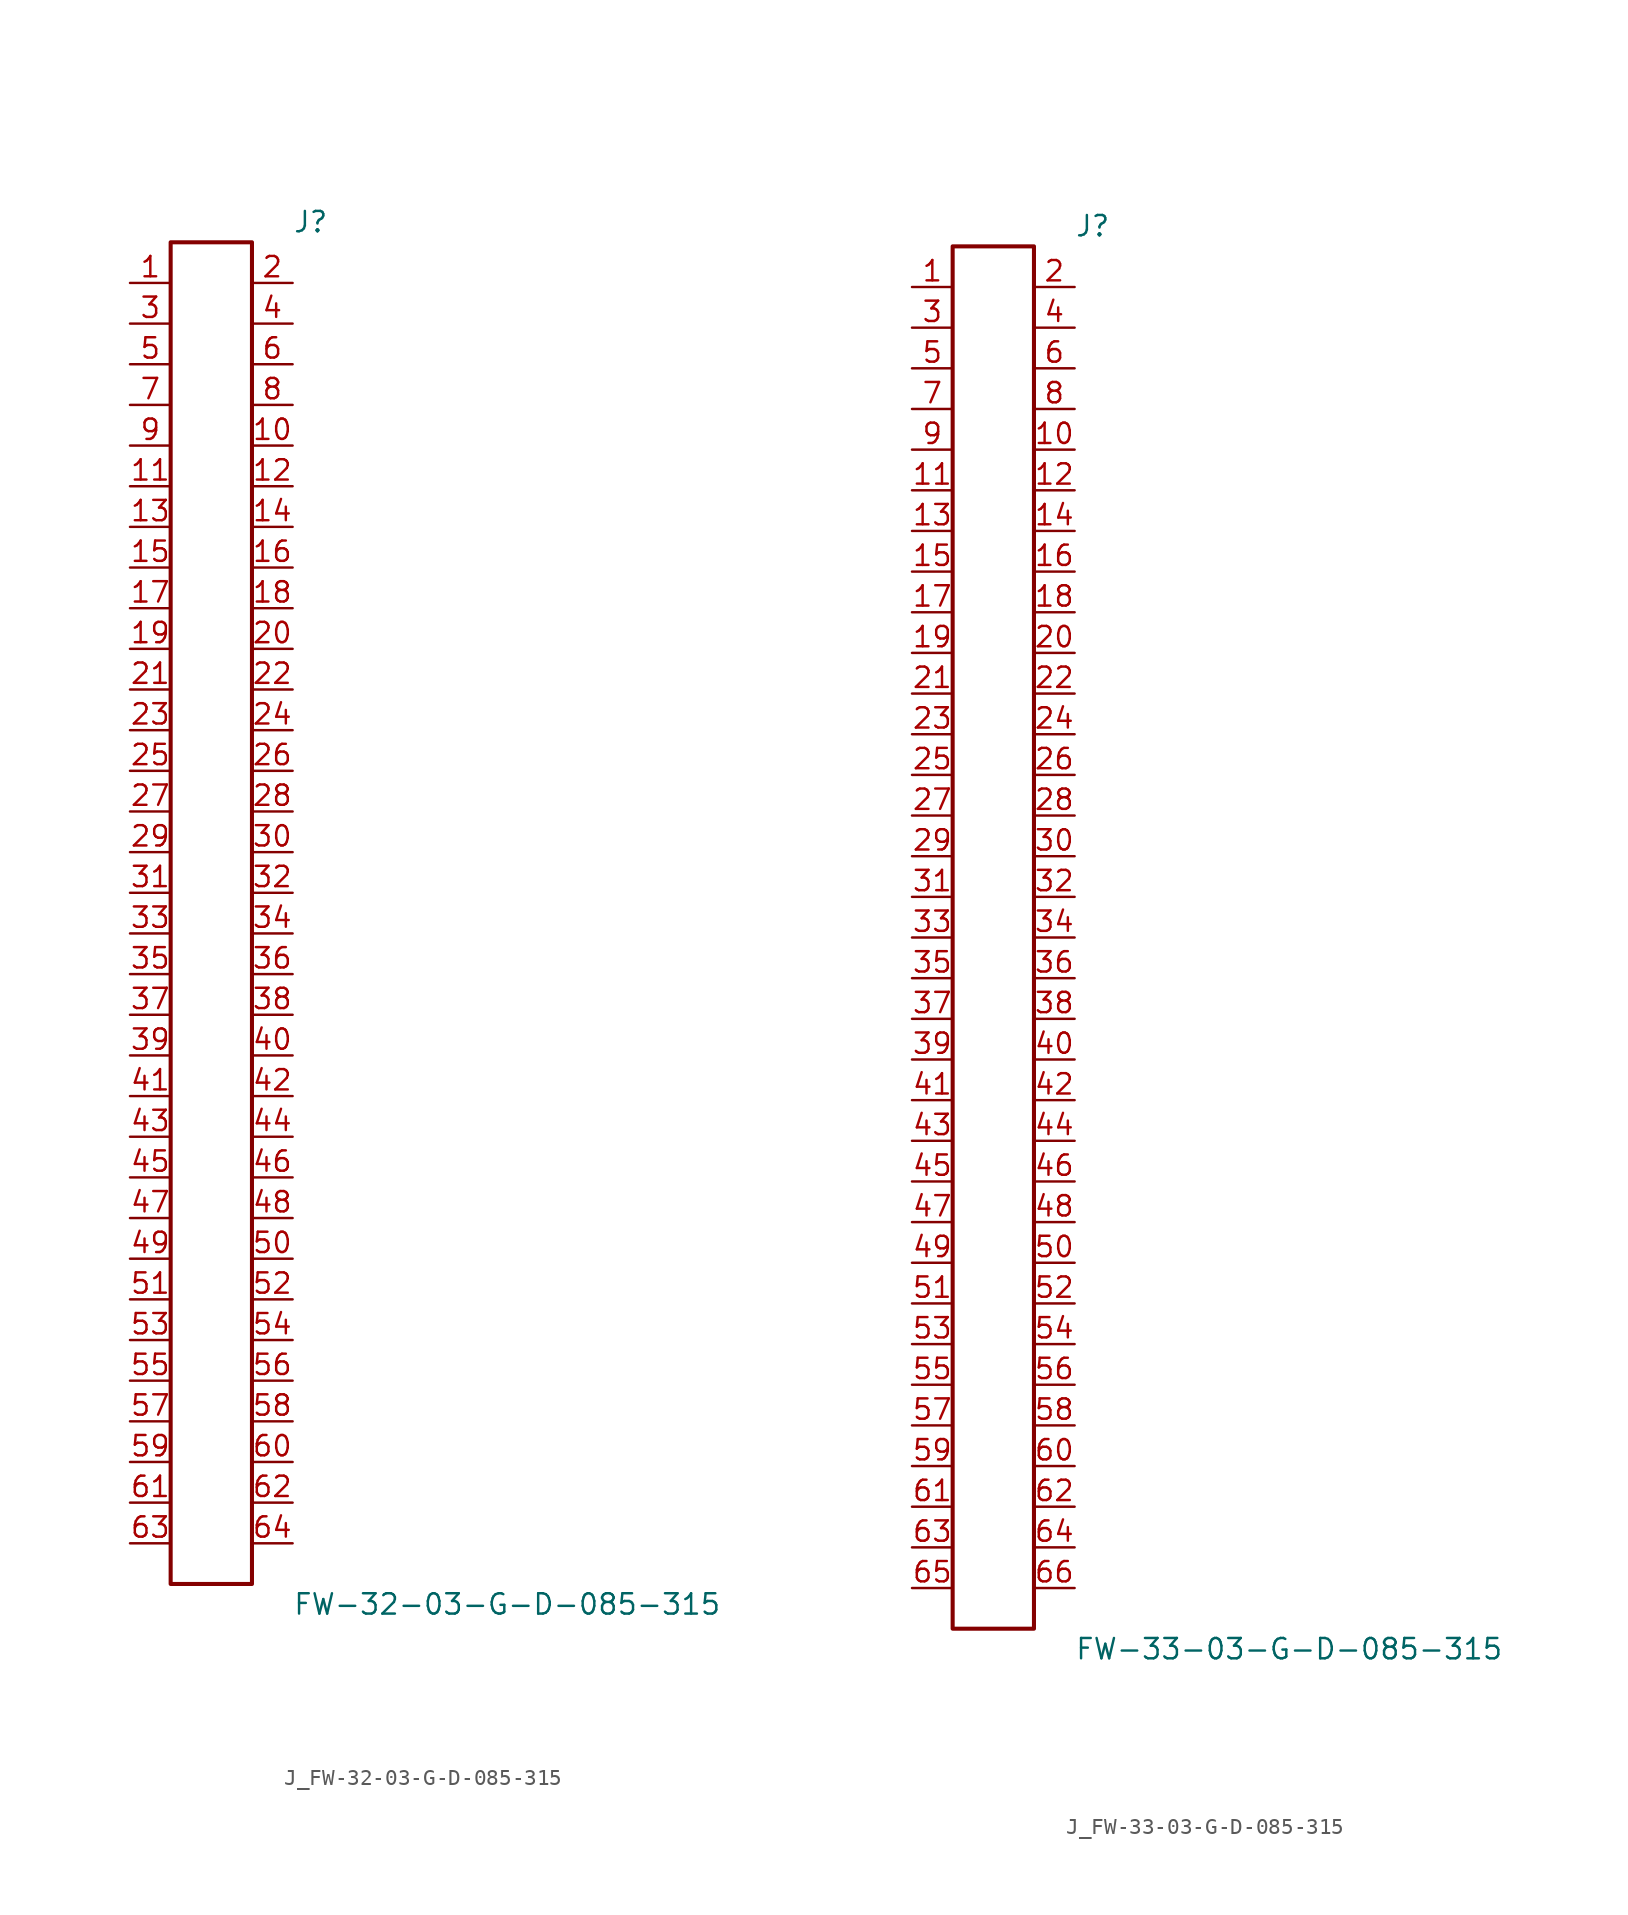
<source format=kicad_sym>
(kicad_symbol_lib
  (version 20231120)
  (generator kicad_symbol_editor)
  (generator_version 8.0)
  (symbol "J_FW-32-03-G-D-085-315"
    (pin_names
      (offset 0.254))
    (property "Reference" "J"
      (at 5.08 43.18 0)
      (effects (font (size 1.27 1.27)) (justify left)))
    (property "Value" "FW-32-03-G-D-085-315"
      (at 5.08 -43.18 0)
      (effects (font (size 1.27 1.27)) (justify left)))
    (symbol "J_FW-32-03-G-D-085-315_0_0"
      (pin unspecified line (at -5.08 39.37 0) (length 2.54) (name "" (effects (font (size 1.27 1.27)))) (number "1" (effects (font (size 1.27 1.27)))))
      (pin unspecified line (at 5.08 39.37 180) (length 2.54) (name "" (effects (font (size 1.27 1.27)))) (number "2" (effects (font (size 1.27 1.27)))))
      (pin unspecified line (at -5.08 36.83 0) (length 2.54) (name "" (effects (font (size 1.27 1.27)))) (number "3" (effects (font (size 1.27 1.27)))))
      (pin unspecified line (at 5.08 36.83 180) (length 2.54) (name "" (effects (font (size 1.27 1.27)))) (number "4" (effects (font (size 1.27 1.27)))))
      (pin unspecified line (at -5.08 34.29 0) (length 2.54) (name "" (effects (font (size 1.27 1.27)))) (number "5" (effects (font (size 1.27 1.27)))))
      (pin unspecified line (at 5.08 34.29 180) (length 2.54) (name "" (effects (font (size 1.27 1.27)))) (number "6" (effects (font (size 1.27 1.27)))))
      (pin unspecified line (at -5.08 31.75 0) (length 2.54) (name "" (effects (font (size 1.27 1.27)))) (number "7" (effects (font (size 1.27 1.27)))))
      (pin unspecified line (at 5.08 31.75 180) (length 2.54) (name "" (effects (font (size 1.27 1.27)))) (number "8" (effects (font (size 1.27 1.27)))))
      (pin unspecified line (at -5.08 29.21 0) (length 2.54) (name "" (effects (font (size 1.27 1.27)))) (number "9" (effects (font (size 1.27 1.27)))))
      (pin unspecified line (at 5.08 29.21 180) (length 2.54) (name "" (effects (font (size 1.27 1.27)))) (number "10" (effects (font (size 1.27 1.27)))))
      (pin unspecified line (at -5.08 26.67 0) (length 2.54) (name "" (effects (font (size 1.27 1.27)))) (number "11" (effects (font (size 1.27 1.27)))))
      (pin unspecified line (at 5.08 26.67 180) (length 2.54) (name "" (effects (font (size 1.27 1.27)))) (number "12" (effects (font (size 1.27 1.27)))))
      (pin unspecified line (at -5.08 24.13 0) (length 2.54) (name "" (effects (font (size 1.27 1.27)))) (number "13" (effects (font (size 1.27 1.27)))))
      (pin unspecified line (at 5.08 24.13 180) (length 2.54) (name "" (effects (font (size 1.27 1.27)))) (number "14" (effects (font (size 1.27 1.27)))))
      (pin unspecified line (at -5.08 21.59 0) (length 2.54) (name "" (effects (font (size 1.27 1.27)))) (number "15" (effects (font (size 1.27 1.27)))))
      (pin unspecified line (at 5.08 21.59 180) (length 2.54) (name "" (effects (font (size 1.27 1.27)))) (number "16" (effects (font (size 1.27 1.27)))))
      (pin unspecified line (at -5.08 19.05 0) (length 2.54) (name "" (effects (font (size 1.27 1.27)))) (number "17" (effects (font (size 1.27 1.27)))))
      (pin unspecified line (at 5.08 19.05 180) (length 2.54) (name "" (effects (font (size 1.27 1.27)))) (number "18" (effects (font (size 1.27 1.27)))))
      (pin unspecified line (at -5.08 16.51 0) (length 2.54) (name "" (effects (font (size 1.27 1.27)))) (number "19" (effects (font (size 1.27 1.27)))))
      (pin unspecified line (at 5.08 16.51 180) (length 2.54) (name "" (effects (font (size 1.27 1.27)))) (number "20" (effects (font (size 1.27 1.27)))))
      (pin unspecified line (at -5.08 13.97 0) (length 2.54) (name "" (effects (font (size 1.27 1.27)))) (number "21" (effects (font (size 1.27 1.27)))))
      (pin unspecified line (at 5.08 13.97 180) (length 2.54) (name "" (effects (font (size 1.27 1.27)))) (number "22" (effects (font (size 1.27 1.27)))))
      (pin unspecified line (at -5.08 11.43 0) (length 2.54) (name "" (effects (font (size 1.27 1.27)))) (number "23" (effects (font (size 1.27 1.27)))))
      (pin unspecified line (at 5.08 11.43 180) (length 2.54) (name "" (effects (font (size 1.27 1.27)))) (number "24" (effects (font (size 1.27 1.27)))))
      (pin unspecified line (at -5.08 8.89 0) (length 2.54) (name "" (effects (font (size 1.27 1.27)))) (number "25" (effects (font (size 1.27 1.27)))))
      (pin unspecified line (at 5.08 8.89 180) (length 2.54) (name "" (effects (font (size 1.27 1.27)))) (number "26" (effects (font (size 1.27 1.27)))))
      (pin unspecified line (at -5.08 6.35 0) (length 2.54) (name "" (effects (font (size 1.27 1.27)))) (number "27" (effects (font (size 1.27 1.27)))))
      (pin unspecified line (at 5.08 6.35 180) (length 2.54) (name "" (effects (font (size 1.27 1.27)))) (number "28" (effects (font (size 1.27 1.27)))))
      (pin unspecified line (at -5.08 3.81 0) (length 2.54) (name "" (effects (font (size 1.27 1.27)))) (number "29" (effects (font (size 1.27 1.27)))))
      (pin unspecified line (at 5.08 3.81 180) (length 2.54) (name "" (effects (font (size 1.27 1.27)))) (number "30" (effects (font (size 1.27 1.27)))))
      (pin unspecified line (at -5.08 1.27 0) (length 2.54) (name "" (effects (font (size 1.27 1.27)))) (number "31" (effects (font (size 1.27 1.27)))))
      (pin unspecified line (at 5.08 1.27 180) (length 2.54) (name "" (effects (font (size 1.27 1.27)))) (number "32" (effects (font (size 1.27 1.27)))))
      (pin unspecified line (at -5.08 -1.27 0) (length 2.54) (name "" (effects (font (size 1.27 1.27)))) (number "33" (effects (font (size 1.27 1.27)))))
      (pin unspecified line (at 5.08 -1.27 180) (length 2.54) (name "" (effects (font (size 1.27 1.27)))) (number "34" (effects (font (size 1.27 1.27)))))
      (pin unspecified line (at -5.08 -3.81 0) (length 2.54) (name "" (effects (font (size 1.27 1.27)))) (number "35" (effects (font (size 1.27 1.27)))))
      (pin unspecified line (at 5.08 -3.81 180) (length 2.54) (name "" (effects (font (size 1.27 1.27)))) (number "36" (effects (font (size 1.27 1.27)))))
      (pin unspecified line (at -5.08 -6.35 0) (length 2.54) (name "" (effects (font (size 1.27 1.27)))) (number "37" (effects (font (size 1.27 1.27)))))
      (pin unspecified line (at 5.08 -6.35 180) (length 2.54) (name "" (effects (font (size 1.27 1.27)))) (number "38" (effects (font (size 1.27 1.27)))))
      (pin unspecified line (at -5.08 -8.89 0) (length 2.54) (name "" (effects (font (size 1.27 1.27)))) (number "39" (effects (font (size 1.27 1.27)))))
      (pin unspecified line (at 5.08 -8.89 180) (length 2.54) (name "" (effects (font (size 1.27 1.27)))) (number "40" (effects (font (size 1.27 1.27)))))
      (pin unspecified line (at -5.08 -11.43 0) (length 2.54) (name "" (effects (font (size 1.27 1.27)))) (number "41" (effects (font (size 1.27 1.27)))))
      (pin unspecified line (at 5.08 -11.43 180) (length 2.54) (name "" (effects (font (size 1.27 1.27)))) (number "42" (effects (font (size 1.27 1.27)))))
      (pin unspecified line (at -5.08 -13.97 0) (length 2.54) (name "" (effects (font (size 1.27 1.27)))) (number "43" (effects (font (size 1.27 1.27)))))
      (pin unspecified line (at 5.08 -13.97 180) (length 2.54) (name "" (effects (font (size 1.27 1.27)))) (number "44" (effects (font (size 1.27 1.27)))))
      (pin unspecified line (at -5.08 -16.51 0) (length 2.54) (name "" (effects (font (size 1.27 1.27)))) (number "45" (effects (font (size 1.27 1.27)))))
      (pin unspecified line (at 5.08 -16.51 180) (length 2.54) (name "" (effects (font (size 1.27 1.27)))) (number "46" (effects (font (size 1.27 1.27)))))
      (pin unspecified line (at -5.08 -19.05 0) (length 2.54) (name "" (effects (font (size 1.27 1.27)))) (number "47" (effects (font (size 1.27 1.27)))))
      (pin unspecified line (at 5.08 -19.05 180) (length 2.54) (name "" (effects (font (size 1.27 1.27)))) (number "48" (effects (font (size 1.27 1.27)))))
      (pin unspecified line (at -5.08 -21.59 0) (length 2.54) (name "" (effects (font (size 1.27 1.27)))) (number "49" (effects (font (size 1.27 1.27)))))
      (pin unspecified line (at 5.08 -21.59 180) (length 2.54) (name "" (effects (font (size 1.27 1.27)))) (number "50" (effects (font (size 1.27 1.27)))))
      (pin unspecified line (at -5.08 -24.13 0) (length 2.54) (name "" (effects (font (size 1.27 1.27)))) (number "51" (effects (font (size 1.27 1.27)))))
      (pin unspecified line (at 5.08 -24.13 180) (length 2.54) (name "" (effects (font (size 1.27 1.27)))) (number "52" (effects (font (size 1.27 1.27)))))
      (pin unspecified line (at -5.08 -26.67 0) (length 2.54) (name "" (effects (font (size 1.27 1.27)))) (number "53" (effects (font (size 1.27 1.27)))))
      (pin unspecified line (at 5.08 -26.67 180) (length 2.54) (name "" (effects (font (size 1.27 1.27)))) (number "54" (effects (font (size 1.27 1.27)))))
      (pin unspecified line (at -5.08 -29.21 0) (length 2.54) (name "" (effects (font (size 1.27 1.27)))) (number "55" (effects (font (size 1.27 1.27)))))
      (pin unspecified line (at 5.08 -29.21 180) (length 2.54) (name "" (effects (font (size 1.27 1.27)))) (number "56" (effects (font (size 1.27 1.27)))))
      (pin unspecified line (at -5.08 -31.75 0) (length 2.54) (name "" (effects (font (size 1.27 1.27)))) (number "57" (effects (font (size 1.27 1.27)))))
      (pin unspecified line (at 5.08 -31.75 180) (length 2.54) (name "" (effects (font (size 1.27 1.27)))) (number "58" (effects (font (size 1.27 1.27)))))
      (pin unspecified line (at -5.08 -34.29 0) (length 2.54) (name "" (effects (font (size 1.27 1.27)))) (number "59" (effects (font (size 1.27 1.27)))))
      (pin unspecified line (at 5.08 -34.29 180) (length 2.54) (name "" (effects (font (size 1.27 1.27)))) (number "60" (effects (font (size 1.27 1.27)))))
      (pin unspecified line (at -5.08 -36.83 0) (length 2.54) (name "" (effects (font (size 1.27 1.27)))) (number "61" (effects (font (size 1.27 1.27)))))
      (pin unspecified line (at 5.08 -36.83 180) (length 2.54) (name "" (effects (font (size 1.27 1.27)))) (number "62" (effects (font (size 1.27 1.27)))))
      (pin unspecified line (at -5.08 -39.37 0) (length 2.54) (name "" (effects (font (size 1.27 1.27)))) (number "63" (effects (font (size 1.27 1.27)))))
      (pin unspecified line (at 5.08 -39.37 180) (length 2.54) (name "" (effects (font (size 1.27 1.27)))) (number "64" (effects (font (size 1.27 1.27))))))
    (symbol "J_FW-32-03-G-D-085-315_1_0"
      (rectangle (start -2.54 41.91) (end 2.54 -41.91) (stroke (width 0.254) (type solid)) (fill (type none)))))
  (symbol "J_FW-33-03-G-D-085-315"
    (pin_names
      (offset 0.254))
    (property "Reference" "J"
      (at 5.08 44.45 0)
      (effects (font (size 1.27 1.27)) (justify left)))
    (property "Value" "FW-33-03-G-D-085-315"
      (at 5.08 -44.45 0)
      (effects (font (size 1.27 1.27)) (justify left)))
    (symbol "J_FW-33-03-G-D-085-315_0_0"
      (pin unspecified line (at -5.08 40.64 0) (length 2.54) (name "" (effects (font (size 1.27 1.27)))) (number "1" (effects (font (size 1.27 1.27)))))
      (pin unspecified line (at 5.08 40.64 180) (length 2.54) (name "" (effects (font (size 1.27 1.27)))) (number "2" (effects (font (size 1.27 1.27)))))
      (pin unspecified line (at -5.08 38.1 0) (length 2.54) (name "" (effects (font (size 1.27 1.27)))) (number "3" (effects (font (size 1.27 1.27)))))
      (pin unspecified line (at 5.08 38.1 180) (length 2.54) (name "" (effects (font (size 1.27 1.27)))) (number "4" (effects (font (size 1.27 1.27)))))
      (pin unspecified line (at -5.08 35.56 0) (length 2.54) (name "" (effects (font (size 1.27 1.27)))) (number "5" (effects (font (size 1.27 1.27)))))
      (pin unspecified line (at 5.08 35.56 180) (length 2.54) (name "" (effects (font (size 1.27 1.27)))) (number "6" (effects (font (size 1.27 1.27)))))
      (pin unspecified line (at -5.08 33.02 0) (length 2.54) (name "" (effects (font (size 1.27 1.27)))) (number "7" (effects (font (size 1.27 1.27)))))
      (pin unspecified line (at 5.08 33.02 180) (length 2.54) (name "" (effects (font (size 1.27 1.27)))) (number "8" (effects (font (size 1.27 1.27)))))
      (pin unspecified line (at -5.08 30.48 0) (length 2.54) (name "" (effects (font (size 1.27 1.27)))) (number "9" (effects (font (size 1.27 1.27)))))
      (pin unspecified line (at 5.08 30.48 180) (length 2.54) (name "" (effects (font (size 1.27 1.27)))) (number "10" (effects (font (size 1.27 1.27)))))
      (pin unspecified line (at -5.08 27.94 0) (length 2.54) (name "" (effects (font (size 1.27 1.27)))) (number "11" (effects (font (size 1.27 1.27)))))
      (pin unspecified line (at 5.08 27.94 180) (length 2.54) (name "" (effects (font (size 1.27 1.27)))) (number "12" (effects (font (size 1.27 1.27)))))
      (pin unspecified line (at -5.08 25.4 0) (length 2.54) (name "" (effects (font (size 1.27 1.27)))) (number "13" (effects (font (size 1.27 1.27)))))
      (pin unspecified line (at 5.08 25.4 180) (length 2.54) (name "" (effects (font (size 1.27 1.27)))) (number "14" (effects (font (size 1.27 1.27)))))
      (pin unspecified line (at -5.08 22.86 0) (length 2.54) (name "" (effects (font (size 1.27 1.27)))) (number "15" (effects (font (size 1.27 1.27)))))
      (pin unspecified line (at 5.08 22.86 180) (length 2.54) (name "" (effects (font (size 1.27 1.27)))) (number "16" (effects (font (size 1.27 1.27)))))
      (pin unspecified line (at -5.08 20.32 0) (length 2.54) (name "" (effects (font (size 1.27 1.27)))) (number "17" (effects (font (size 1.27 1.27)))))
      (pin unspecified line (at 5.08 20.32 180) (length 2.54) (name "" (effects (font (size 1.27 1.27)))) (number "18" (effects (font (size 1.27 1.27)))))
      (pin unspecified line (at -5.08 17.78 0) (length 2.54) (name "" (effects (font (size 1.27 1.27)))) (number "19" (effects (font (size 1.27 1.27)))))
      (pin unspecified line (at 5.08 17.78 180) (length 2.54) (name "" (effects (font (size 1.27 1.27)))) (number "20" (effects (font (size 1.27 1.27)))))
      (pin unspecified line (at -5.08 15.24 0) (length 2.54) (name "" (effects (font (size 1.27 1.27)))) (number "21" (effects (font (size 1.27 1.27)))))
      (pin unspecified line (at 5.08 15.24 180) (length 2.54) (name "" (effects (font (size 1.27 1.27)))) (number "22" (effects (font (size 1.27 1.27)))))
      (pin unspecified line (at -5.08 12.7 0) (length 2.54) (name "" (effects (font (size 1.27 1.27)))) (number "23" (effects (font (size 1.27 1.27)))))
      (pin unspecified line (at 5.08 12.7 180) (length 2.54) (name "" (effects (font (size 1.27 1.27)))) (number "24" (effects (font (size 1.27 1.27)))))
      (pin unspecified line (at -5.08 10.16 0) (length 2.54) (name "" (effects (font (size 1.27 1.27)))) (number "25" (effects (font (size 1.27 1.27)))))
      (pin unspecified line (at 5.08 10.16 180) (length 2.54) (name "" (effects (font (size 1.27 1.27)))) (number "26" (effects (font (size 1.27 1.27)))))
      (pin unspecified line (at -5.08 7.62 0) (length 2.54) (name "" (effects (font (size 1.27 1.27)))) (number "27" (effects (font (size 1.27 1.27)))))
      (pin unspecified line (at 5.08 7.62 180) (length 2.54) (name "" (effects (font (size 1.27 1.27)))) (number "28" (effects (font (size 1.27 1.27)))))
      (pin unspecified line (at -5.08 5.08 0) (length 2.54) (name "" (effects (font (size 1.27 1.27)))) (number "29" (effects (font (size 1.27 1.27)))))
      (pin unspecified line (at 5.08 5.08 180) (length 2.54) (name "" (effects (font (size 1.27 1.27)))) (number "30" (effects (font (size 1.27 1.27)))))
      (pin unspecified line (at -5.08 2.54 0) (length 2.54) (name "" (effects (font (size 1.27 1.27)))) (number "31" (effects (font (size 1.27 1.27)))))
      (pin unspecified line (at 5.08 2.54 180) (length 2.54) (name "" (effects (font (size 1.27 1.27)))) (number "32" (effects (font (size 1.27 1.27)))))
      (pin unspecified line (at -5.08 0.0 0) (length 2.54) (name "" (effects (font (size 1.27 1.27)))) (number "33" (effects (font (size 1.27 1.27)))))
      (pin unspecified line (at 5.08 0.0 180) (length 2.54) (name "" (effects (font (size 1.27 1.27)))) (number "34" (effects (font (size 1.27 1.27)))))
      (pin unspecified line (at -5.08 -2.54 0) (length 2.54) (name "" (effects (font (size 1.27 1.27)))) (number "35" (effects (font (size 1.27 1.27)))))
      (pin unspecified line (at 5.08 -2.54 180) (length 2.54) (name "" (effects (font (size 1.27 1.27)))) (number "36" (effects (font (size 1.27 1.27)))))
      (pin unspecified line (at -5.08 -5.08 0) (length 2.54) (name "" (effects (font (size 1.27 1.27)))) (number "37" (effects (font (size 1.27 1.27)))))
      (pin unspecified line (at 5.08 -5.08 180) (length 2.54) (name "" (effects (font (size 1.27 1.27)))) (number "38" (effects (font (size 1.27 1.27)))))
      (pin unspecified line (at -5.08 -7.62 0) (length 2.54) (name "" (effects (font (size 1.27 1.27)))) (number "39" (effects (font (size 1.27 1.27)))))
      (pin unspecified line (at 5.08 -7.62 180) (length 2.54) (name "" (effects (font (size 1.27 1.27)))) (number "40" (effects (font (size 1.27 1.27)))))
      (pin unspecified line (at -5.08 -10.16 0) (length 2.54) (name "" (effects (font (size 1.27 1.27)))) (number "41" (effects (font (size 1.27 1.27)))))
      (pin unspecified line (at 5.08 -10.16 180) (length 2.54) (name "" (effects (font (size 1.27 1.27)))) (number "42" (effects (font (size 1.27 1.27)))))
      (pin unspecified line (at -5.08 -12.7 0) (length 2.54) (name "" (effects (font (size 1.27 1.27)))) (number "43" (effects (font (size 1.27 1.27)))))
      (pin unspecified line (at 5.08 -12.7 180) (length 2.54) (name "" (effects (font (size 1.27 1.27)))) (number "44" (effects (font (size 1.27 1.27)))))
      (pin unspecified line (at -5.08 -15.24 0) (length 2.54) (name "" (effects (font (size 1.27 1.27)))) (number "45" (effects (font (size 1.27 1.27)))))
      (pin unspecified line (at 5.08 -15.24 180) (length 2.54) (name "" (effects (font (size 1.27 1.27)))) (number "46" (effects (font (size 1.27 1.27)))))
      (pin unspecified line (at -5.08 -17.78 0) (length 2.54) (name "" (effects (font (size 1.27 1.27)))) (number "47" (effects (font (size 1.27 1.27)))))
      (pin unspecified line (at 5.08 -17.78 180) (length 2.54) (name "" (effects (font (size 1.27 1.27)))) (number "48" (effects (font (size 1.27 1.27)))))
      (pin unspecified line (at -5.08 -20.32 0) (length 2.54) (name "" (effects (font (size 1.27 1.27)))) (number "49" (effects (font (size 1.27 1.27)))))
      (pin unspecified line (at 5.08 -20.32 180) (length 2.54) (name "" (effects (font (size 1.27 1.27)))) (number "50" (effects (font (size 1.27 1.27)))))
      (pin unspecified line (at -5.08 -22.86 0) (length 2.54) (name "" (effects (font (size 1.27 1.27)))) (number "51" (effects (font (size 1.27 1.27)))))
      (pin unspecified line (at 5.08 -22.86 180) (length 2.54) (name "" (effects (font (size 1.27 1.27)))) (number "52" (effects (font (size 1.27 1.27)))))
      (pin unspecified line (at -5.08 -25.4 0) (length 2.54) (name "" (effects (font (size 1.27 1.27)))) (number "53" (effects (font (size 1.27 1.27)))))
      (pin unspecified line (at 5.08 -25.4 180) (length 2.54) (name "" (effects (font (size 1.27 1.27)))) (number "54" (effects (font (size 1.27 1.27)))))
      (pin unspecified line (at -5.08 -27.94 0) (length 2.54) (name "" (effects (font (size 1.27 1.27)))) (number "55" (effects (font (size 1.27 1.27)))))
      (pin unspecified line (at 5.08 -27.94 180) (length 2.54) (name "" (effects (font (size 1.27 1.27)))) (number "56" (effects (font (size 1.27 1.27)))))
      (pin unspecified line (at -5.08 -30.48 0) (length 2.54) (name "" (effects (font (size 1.27 1.27)))) (number "57" (effects (font (size 1.27 1.27)))))
      (pin unspecified line (at 5.08 -30.48 180) (length 2.54) (name "" (effects (font (size 1.27 1.27)))) (number "58" (effects (font (size 1.27 1.27)))))
      (pin unspecified line (at -5.08 -33.02 0) (length 2.54) (name "" (effects (font (size 1.27 1.27)))) (number "59" (effects (font (size 1.27 1.27)))))
      (pin unspecified line (at 5.08 -33.02 180) (length 2.54) (name "" (effects (font (size 1.27 1.27)))) (number "60" (effects (font (size 1.27 1.27)))))
      (pin unspecified line (at -5.08 -35.56 0) (length 2.54) (name "" (effects (font (size 1.27 1.27)))) (number "61" (effects (font (size 1.27 1.27)))))
      (pin unspecified line (at 5.08 -35.56 180) (length 2.54) (name "" (effects (font (size 1.27 1.27)))) (number "62" (effects (font (size 1.27 1.27)))))
      (pin unspecified line (at -5.08 -38.1 0) (length 2.54) (name "" (effects (font (size 1.27 1.27)))) (number "63" (effects (font (size 1.27 1.27)))))
      (pin unspecified line (at 5.08 -38.1 180) (length 2.54) (name "" (effects (font (size 1.27 1.27)))) (number "64" (effects (font (size 1.27 1.27)))))
      (pin unspecified line (at -5.08 -40.64 0) (length 2.54) (name "" (effects (font (size 1.27 1.27)))) (number "65" (effects (font (size 1.27 1.27)))))
      (pin unspecified line (at 5.08 -40.64 180) (length 2.54) (name "" (effects (font (size 1.27 1.27)))) (number "66" (effects (font (size 1.27 1.27))))))
    (symbol "J_FW-33-03-G-D-085-315_1_0"
      (rectangle (start -2.54 43.18) (end 2.54 -43.18) (stroke (width 0.254) (type solid)) (fill (type none))))))
</source>
